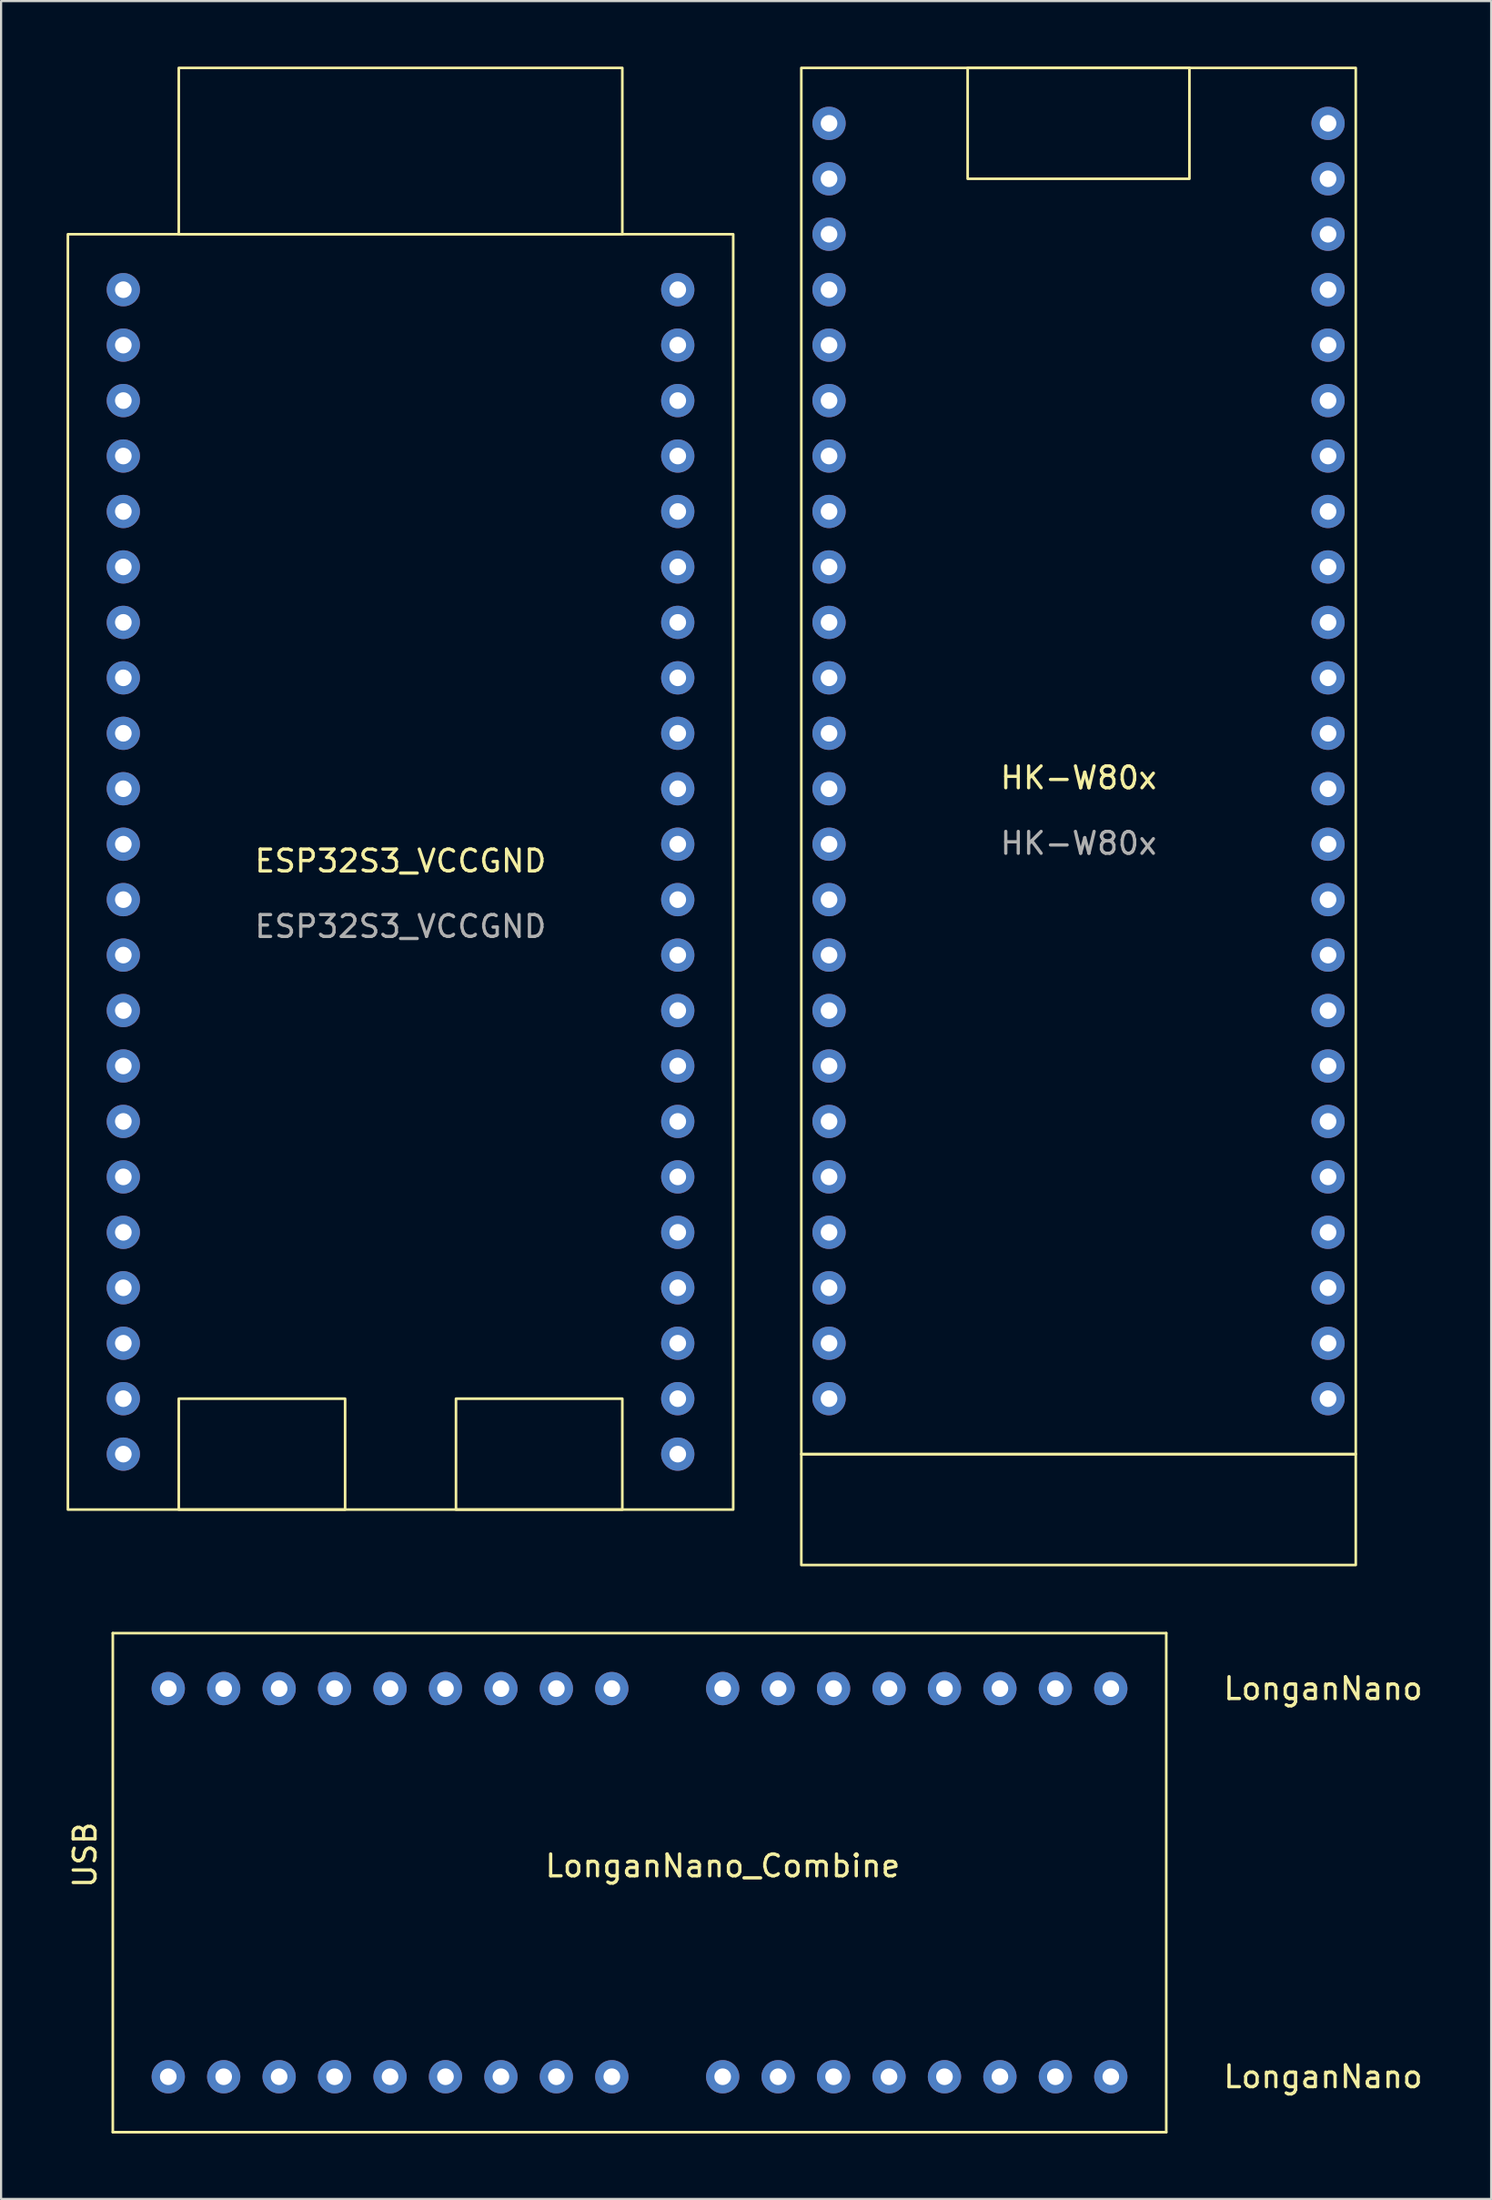
<source format=kicad_pcb>
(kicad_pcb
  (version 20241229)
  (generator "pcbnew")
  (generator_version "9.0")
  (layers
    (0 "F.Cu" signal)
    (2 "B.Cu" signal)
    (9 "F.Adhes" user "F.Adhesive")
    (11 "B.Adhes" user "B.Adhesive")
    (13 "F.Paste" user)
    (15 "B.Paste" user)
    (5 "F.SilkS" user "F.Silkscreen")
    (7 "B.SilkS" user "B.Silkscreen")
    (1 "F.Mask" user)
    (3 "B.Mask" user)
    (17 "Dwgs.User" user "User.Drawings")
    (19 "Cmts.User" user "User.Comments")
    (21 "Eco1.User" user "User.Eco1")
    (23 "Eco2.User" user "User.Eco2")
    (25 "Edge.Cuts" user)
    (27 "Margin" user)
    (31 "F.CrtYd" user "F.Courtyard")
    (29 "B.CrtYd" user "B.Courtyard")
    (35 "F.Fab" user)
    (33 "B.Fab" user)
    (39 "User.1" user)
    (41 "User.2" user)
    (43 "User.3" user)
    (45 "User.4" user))
  (footprint "LonganNano_Combine"
    (layer "F.Cu")
    (at 30.058 81.92)
    (property "Reference" "LonganNano_Combine" (at 0 0.5 0) (layer "F.SilkS") (effects (font (size 1 1) (thickness 0.15))))
    (attr through_hole)
    (fp_line (start -27.94 -10.16) (end 20.32 -10.16) (stroke (width 0.12) (type solid)) (layer "F.SilkS"))
    (fp_line (start -27.94 12.7) (end -27.94 -10.16) (stroke (width 0.12) (type solid)) (layer "F.SilkS"))
    (fp_line (start 20.32 -10.16) (end 20.32 12.7) (stroke (width 0.12) (type solid)) (layer "F.SilkS"))
    (fp_line (start 20.32 12.7) (end -27.94 12.7) (stroke (width 0.12) (type solid)) (layer "F.SilkS"))
    (fp_text user "LonganNano" (at 22.86 -7.62 0) (layer "F.SilkS") (effects (font (size 1 1) (thickness 0.15)) (justify left)))
    (fp_text user "USB" (at -29.21 0 90) (layer "F.SilkS") (effects (font (size 1 1) (thickness 0.15))))
    (fp_text user "LonganNano" (at 22.86 10.16 0) (layer "F.SilkS") (effects (font (size 1 1) (thickness 0.15)) (justify left)))
    (pad "1" thru_hole circle (at -25.4 -7.62) (size 1.524 1.524) (drill 0.762) (layers "*.Cu" "*.Mask"))
    (pad "2" thru_hole circle (at -22.86 -7.62) (size 1.524 1.524) (drill 0.762) (layers "*.Cu" "*.Mask"))
    (pad "3" thru_hole circle (at -20.32 -7.62) (size 1.524 1.524) (drill 0.762) (layers "*.Cu" "*.Mask"))
    (pad "4" thru_hole circle (at -17.78 -7.62) (size 1.524 1.524) (drill 0.762) (layers "*.Cu" "*.Mask"))
    (pad "5" thru_hole circle (at -15.24 -7.62) (size 1.524 1.524) (drill 0.762) (layers "*.Cu" "*.Mask"))
    (pad "6" thru_hole circle (at -12.7 -7.62) (size 1.524 1.524) (drill 0.762) (layers "*.Cu" "*.Mask"))
    (pad "7" thru_hole circle (at -10.16 -7.62) (size 1.524 1.524) (drill 0.762) (layers "*.Cu" "*.Mask"))
    (pad "8" thru_hole circle (at -7.62 -7.62) (size 1.524 1.524) (drill 0.762) (layers "*.Cu" "*.Mask"))
    (pad "9" thru_hole circle (at -5.08 -7.62) (size 1.524 1.524) (drill 0.762) (layers "*.Cu" "*.Mask"))
    (pad "10" thru_hole circle (at 0 -7.62) (size 1.524 1.524) (drill 0.762) (layers "*.Cu" "*.Mask"))
    (pad "11" thru_hole circle (at 2.54 -7.62) (size 1.524 1.524) (drill 0.762) (layers "*.Cu" "*.Mask"))
    (pad "12" thru_hole circle (at 5.08 -7.62) (size 1.524 1.524) (drill 0.762) (layers "*.Cu" "*.Mask"))
    (pad "13" thru_hole circle (at 7.62 -7.62) (size 1.524 1.524) (drill 0.762) (layers "*.Cu" "*.Mask"))
    (pad "14" thru_hole circle (at 10.16 -7.62) (size 1.524 1.524) (drill 0.762) (layers "*.Cu" "*.Mask"))
    (pad "15" thru_hole circle (at 12.7 -7.62) (size 1.524 1.524) (drill 0.762) (layers "*.Cu" "*.Mask"))
    (pad "16" thru_hole circle (at 15.24 -7.62) (size 1.524 1.524) (drill 0.762) (layers "*.Cu" "*.Mask"))
    (pad "17" thru_hole circle (at 17.78 -7.62) (size 1.524 1.524) (drill 0.762) (layers "*.Cu" "*.Mask"))
    (pad "18" thru_hole circle (at 17.78 10.16) (size 1.524 1.524) (drill 0.762) (layers "*.Cu" "*.Mask"))
    (pad "19" thru_hole circle (at 15.24 10.16) (size 1.524 1.524) (drill 0.762) (layers "*.Cu" "*.Mask"))
    (pad "20" thru_hole circle (at 12.7 10.16) (size 1.524 1.524) (drill 0.762) (layers "*.Cu" "*.Mask"))
    (pad "21" thru_hole circle (at 10.16 10.16) (size 1.524 1.524) (drill 0.762) (layers "*.Cu" "*.Mask"))
    (pad "22" thru_hole circle (at 7.62 10.16) (size 1.524 1.524) (drill 0.762) (layers "*.Cu" "*.Mask"))
    (pad "23" thru_hole circle (at 5.08 10.16) (size 1.524 1.524) (drill 0.762) (layers "*.Cu" "*.Mask"))
    (pad "24" thru_hole circle (at 2.54 10.16) (size 1.524 1.524) (drill 0.762) (layers "*.Cu" "*.Mask"))
    (pad "25" thru_hole circle (at 0 10.16) (size 1.524 1.524) (drill 0.762) (layers "*.Cu" "*.Mask"))
    (pad "26" thru_hole circle (at -5.08 10.16) (size 1.524 1.524) (drill 0.762) (layers "*.Cu" "*.Mask"))
    (pad "27" thru_hole circle (at -7.62 10.16) (size 1.524 1.524) (drill 0.762) (layers "*.Cu" "*.Mask"))
    (pad "28" thru_hole circle (at -10.16 10.16) (size 1.524 1.524) (drill 0.762) (layers "*.Cu" "*.Mask"))
    (pad "29" thru_hole circle (at -12.7 10.16) (size 1.524 1.524) (drill 0.762) (layers "*.Cu" "*.Mask"))
    (pad "30" thru_hole circle (at -15.24 10.16) (size 1.524 1.524) (drill 0.762) (layers "*.Cu" "*.Mask"))
    (pad "31" thru_hole circle (at -17.78 10.16) (size 1.524 1.524) (drill 0.762) (layers "*.Cu" "*.Mask"))
    (pad "32" thru_hole circle (at -20.32 10.16) (size 1.524 1.524) (drill 0.762) (layers "*.Cu" "*.Mask"))
    (pad "33" thru_hole circle (at -22.86 10.16) (size 1.524 1.524) (drill 0.762) (layers "*.Cu" "*.Mask"))
    (pad "34" thru_hole circle (at -25.4 10.16) (size 1.524 1.524) (drill 0.762) (layers "*.Cu" "*.Mask")))
  (footprint "HK-W80x"
    (layer "F.Cu")
    (at 46.36 33.08)
    (property "Reference" "HK-W80x" (at 0 -0.5 0) (unlocked yes) (layer "F.SilkS") (effects (font (size 1 1) (thickness 0.15))))
    (attr through_hole)
    (fp_rect (start -12.7 -33.02) (end 12.7 30.48) (stroke (width 0.12) (type solid)) (fill no) (layer "F.SilkS"))
    (fp_rect (start -12.7 30.48) (end 12.7 35.56) (stroke (width 0.12) (type solid)) (fill no) (layer "F.SilkS"))
    (fp_rect (start 5.08 -33.02) (end -5.08 -27.94) (stroke (width 0.12) (type solid)) (fill no) (layer "F.SilkS"))
    (fp_text user "${REFERENCE}" (at 0 2.5 0) (unlocked yes) (layer "F.Fab") (effects (font (size 1 1) (thickness 0.15))))
    (pad "1" thru_hole circle (at -11.43 -30.48) (size 1.524 1.524) (drill 0.762) (layers "*.Cu" "*.Mask"))
    (pad "2" thru_hole circle (at -11.43 -27.94) (size 1.524 1.524) (drill 0.762) (layers "*.Cu" "*.Mask"))
    (pad "3" thru_hole circle (at -11.43 -25.4) (size 1.524 1.524) (drill 0.762) (layers "*.Cu" "*.Mask"))
    (pad "4" thru_hole circle (at -11.43 -22.86) (size 1.524 1.524) (drill 0.762) (layers "*.Cu" "*.Mask"))
    (pad "5" thru_hole circle (at -11.43 -20.32) (size 1.524 1.524) (drill 0.762) (layers "*.Cu" "*.Mask"))
    (pad "6" thru_hole circle (at -11.43 -17.78) (size 1.524 1.524) (drill 0.762) (layers "*.Cu" "*.Mask"))
    (pad "7" thru_hole circle (at -11.43 -15.24) (size 1.524 1.524) (drill 0.762) (layers "*.Cu" "*.Mask"))
    (pad "8" thru_hole circle (at -11.43 -12.7) (size 1.524 1.524) (drill 0.762) (layers "*.Cu" "*.Mask"))
    (pad "9" thru_hole circle (at -11.43 -10.16) (size 1.524 1.524) (drill 0.762) (layers "*.Cu" "*.Mask"))
    (pad "10" thru_hole circle (at -11.43 -7.62) (size 1.524 1.524) (drill 0.762) (layers "*.Cu" "*.Mask"))
    (pad "11" thru_hole circle (at -11.43 -5.08) (size 1.524 1.524) (drill 0.762) (layers "*.Cu" "*.Mask"))
    (pad "12" thru_hole circle (at -11.43 -2.54) (size 1.524 1.524) (drill 0.762) (layers "*.Cu" "*.Mask"))
    (pad "13" thru_hole circle (at -11.43 0) (size 1.524 1.524) (drill 0.762) (layers "*.Cu" "*.Mask"))
    (pad "14" thru_hole circle (at -11.43 2.54) (size 1.524 1.524) (drill 0.762) (layers "*.Cu" "*.Mask"))
    (pad "15" thru_hole circle (at -11.43 5.08) (size 1.524 1.524) (drill 0.762) (layers "*.Cu" "*.Mask"))
    (pad "16" thru_hole circle (at -11.43 7.62) (size 1.524 1.524) (drill 0.762) (layers "*.Cu" "*.Mask"))
    (pad "17" thru_hole circle (at -11.43 10.16) (size 1.524 1.524) (drill 0.762) (layers "*.Cu" "*.Mask"))
    (pad "18" thru_hole circle (at -11.43 12.7) (size 1.524 1.524) (drill 0.762) (layers "*.Cu" "*.Mask"))
    (pad "19" thru_hole circle (at -11.43 15.24) (size 1.524 1.524) (drill 0.762) (layers "*.Cu" "*.Mask"))
    (pad "20" thru_hole circle (at -11.43 17.78) (size 1.524 1.524) (drill 0.762) (layers "*.Cu" "*.Mask"))
    (pad "21" thru_hole circle (at -11.43 20.32) (size 1.524 1.524) (drill 0.762) (layers "*.Cu" "*.Mask"))
    (pad "22" thru_hole circle (at -11.43 22.86) (size 1.524 1.524) (drill 0.762) (layers "*.Cu" "*.Mask"))
    (pad "23" thru_hole circle (at -11.43 25.4) (size 1.524 1.524) (drill 0.762) (layers "*.Cu" "*.Mask"))
    (pad "24" thru_hole circle (at -11.43 27.94) (size 1.524 1.524) (drill 0.762) (layers "*.Cu" "*.Mask"))
    (pad "25" thru_hole circle (at 11.43 27.94) (size 1.524 1.524) (drill 0.762) (layers "*.Cu" "*.Mask"))
    (pad "26" thru_hole circle (at 11.43 25.4) (size 1.524 1.524) (drill 0.762) (layers "*.Cu" "*.Mask"))
    (pad "27" thru_hole circle (at 11.43 22.86) (size 1.524 1.524) (drill 0.762) (layers "*.Cu" "*.Mask"))
    (pad "28" thru_hole circle (at 11.43 20.32) (size 1.524 1.524) (drill 0.762) (layers "*.Cu" "*.Mask"))
    (pad "29" thru_hole circle (at 11.43 17.78) (size 1.524 1.524) (drill 0.762) (layers "*.Cu" "*.Mask"))
    (pad "30" thru_hole circle (at 11.43 15.24) (size 1.524 1.524) (drill 0.762) (layers "*.Cu" "*.Mask"))
    (pad "31" thru_hole circle (at 11.43 12.7) (size 1.524 1.524) (drill 0.762) (layers "*.Cu" "*.Mask"))
    (pad "32" thru_hole circle (at 11.43 10.16) (size 1.524 1.524) (drill 0.762) (layers "*.Cu" "*.Mask"))
    (pad "33" thru_hole circle (at 11.43 7.62) (size 1.524 1.524) (drill 0.762) (layers "*.Cu" "*.Mask"))
    (pad "34" thru_hole circle (at 11.43 5.08) (size 1.524 1.524) (drill 0.762) (layers "*.Cu" "*.Mask"))
    (pad "35" thru_hole circle (at 11.43 2.54) (size 1.524 1.524) (drill 0.762) (layers "*.Cu" "*.Mask"))
    (pad "36" thru_hole circle (at 11.43 0) (size 1.524 1.524) (drill 0.762) (layers "*.Cu" "*.Mask"))
    (pad "37" thru_hole circle (at 11.43 -2.54) (size 1.524 1.524) (drill 0.762) (layers "*.Cu" "*.Mask"))
    (pad "38" thru_hole circle (at 11.43 -5.08) (size 1.524 1.524) (drill 0.762) (layers "*.Cu" "*.Mask"))
    (pad "39" thru_hole circle (at 11.43 -7.62) (size 1.524 1.524) (drill 0.762) (layers "*.Cu" "*.Mask"))
    (pad "40" thru_hole circle (at 11.43 -10.16) (size 1.524 1.524) (drill 0.762) (layers "*.Cu" "*.Mask"))
    (pad "41" thru_hole circle (at 11.43 -12.7) (size 1.524 1.524) (drill 0.762) (layers "*.Cu" "*.Mask"))
    (pad "42" thru_hole circle (at 11.43 -15.24) (size 1.524 1.524) (drill 0.762) (layers "*.Cu" "*.Mask"))
    (pad "43" thru_hole circle (at 11.43 -17.78) (size 1.524 1.524) (drill 0.762) (layers "*.Cu" "*.Mask"))
    (pad "44" thru_hole circle (at 11.43 -20.32) (size 1.524 1.524) (drill 0.762) (layers "*.Cu" "*.Mask"))
    (pad "45" thru_hole circle (at 11.43 -22.86) (size 1.524 1.524) (drill 0.762) (layers "*.Cu" "*.Mask"))
    (pad "46" thru_hole circle (at 11.43 -25.4) (size 1.524 1.524) (drill 0.762) (layers "*.Cu" "*.Mask"))
    (pad "47" thru_hole circle (at 11.43 -27.94) (size 1.524 1.524) (drill 0.762) (layers "*.Cu" "*.Mask"))
    (pad "48" thru_hole circle (at 11.43 -30.48) (size 1.524 1.524) (drill 0.762) (layers "*.Cu" "*.Mask")))
  (footprint "ESP32S3_VCCGND"
    (layer "F.Cu")
    (at 15.3 36.89)
    (property "Reference" "ESP32S3_VCCGND" (at 0 -0.5 0) (unlocked yes) (layer "F.SilkS") (effects (font (size 1 1) (thickness 0.15))))
    (attr through_hole)
    (fp_rect (start -15.24 -29.21) (end 15.24 29.21) (stroke (width 0.12) (type solid)) (fill no) (layer "F.SilkS"))
    (fp_rect (start -10.16 -29.21) (end 10.16 -36.83) (stroke (width 0.12) (type solid)) (fill no) (layer "F.SilkS"))
    (fp_rect (start -10.16 29.21) (end -2.54 24.13) (stroke (width 0.12) (type solid)) (fill no) (layer "F.SilkS"))
    (fp_rect (start 2.54 29.21) (end 10.16 24.13) (stroke (width 0.12) (type solid)) (fill no) (layer "F.SilkS"))
    (fp_text user "${REFERENCE}" (at 0 2.5 0) (unlocked yes) (layer "F.Fab") (effects (font (size 1 1) (thickness 0.15))))
    (pad "1" thru_hole circle (at -12.7 -26.67) (size 1.524 1.524) (drill 0.762) (layers "*.Cu" "*.Mask"))
    (pad "2" thru_hole circle (at -12.7 -24.13) (size 1.524 1.524) (drill 0.762) (layers "*.Cu" "*.Mask"))
    (pad "3" thru_hole circle (at -12.7 -21.59) (size 1.524 1.524) (drill 0.762) (layers "*.Cu" "*.Mask"))
    (pad "4" thru_hole circle (at -12.7 -19.05) (size 1.524 1.524) (drill 0.762) (layers "*.Cu" "*.Mask"))
    (pad "5" thru_hole circle (at -12.7 -16.51) (size 1.524 1.524) (drill 0.762) (layers "*.Cu" "*.Mask"))
    (pad "6" thru_hole circle (at -12.7 -13.97) (size 1.524 1.524) (drill 0.762) (layers "*.Cu" "*.Mask"))
    (pad "7" thru_hole circle (at -12.7 -11.43) (size 1.524 1.524) (drill 0.762) (layers "*.Cu" "*.Mask"))
    (pad "8" thru_hole circle (at -12.7 -8.89) (size 1.524 1.524) (drill 0.762) (layers "*.Cu" "*.Mask"))
    (pad "9" thru_hole circle (at -12.7 -6.35) (size 1.524 1.524) (drill 0.762) (layers "*.Cu" "*.Mask"))
    (pad "10" thru_hole circle (at -12.7 -3.81) (size 1.524 1.524) (drill 0.762) (layers "*.Cu" "*.Mask"))
    (pad "11" thru_hole circle (at -12.7 -1.27) (size 1.524 1.524) (drill 0.762) (layers "*.Cu" "*.Mask"))
    (pad "12" thru_hole circle (at -12.7 1.27) (size 1.524 1.524) (drill 0.762) (layers "*.Cu" "*.Mask"))
    (pad "13" thru_hole circle (at -12.7 3.81) (size 1.524 1.524) (drill 0.762) (layers "*.Cu" "*.Mask"))
    (pad "14" thru_hole circle (at -12.7 6.35) (size 1.524 1.524) (drill 0.762) (layers "*.Cu" "*.Mask"))
    (pad "15" thru_hole circle (at -12.7 8.89) (size 1.524 1.524) (drill 0.762) (layers "*.Cu" "*.Mask"))
    (pad "16" thru_hole circle (at -12.7 11.43) (size 1.524 1.524) (drill 0.762) (layers "*.Cu" "*.Mask"))
    (pad "17" thru_hole circle (at -12.7 13.97) (size 1.524 1.524) (drill 0.762) (layers "*.Cu" "*.Mask"))
    (pad "18" thru_hole circle (at -12.7 16.51) (size 1.524 1.524) (drill 0.762) (layers "*.Cu" "*.Mask"))
    (pad "19" thru_hole circle (at -12.7 19.05) (size 1.524 1.524) (drill 0.762) (layers "*.Cu" "*.Mask"))
    (pad "20" thru_hole circle (at -12.7 21.59) (size 1.524 1.524) (drill 0.762) (layers "*.Cu" "*.Mask"))
    (pad "21" thru_hole circle (at -12.7 24.13) (size 1.524 1.524) (drill 0.762) (layers "*.Cu" "*.Mask"))
    (pad "22" thru_hole circle (at -12.7 26.67) (size 1.524 1.524) (drill 0.762) (layers "*.Cu" "*.Mask"))
    (pad "23" thru_hole circle (at 12.7 26.67) (size 1.524 1.524) (drill 0.762) (layers "*.Cu" "*.Mask"))
    (pad "24" thru_hole circle (at 12.7 24.13) (size 1.524 1.524) (drill 0.762) (layers "*.Cu" "*.Mask"))
    (pad "25" thru_hole circle (at 12.7 21.59) (size 1.524 1.524) (drill 0.762) (layers "*.Cu" "*.Mask"))
    (pad "26" thru_hole circle (at 12.7 19.05) (size 1.524 1.524) (drill 0.762) (layers "*.Cu" "*.Mask"))
    (pad "27" thru_hole circle (at 12.7 16.51) (size 1.524 1.524) (drill 0.762) (layers "*.Cu" "*.Mask"))
    (pad "28" thru_hole circle (at 12.7 13.97) (size 1.524 1.524) (drill 0.762) (layers "*.Cu" "*.Mask"))
    (pad "29" thru_hole circle (at 12.7 11.43) (size 1.524 1.524) (drill 0.762) (layers "*.Cu" "*.Mask"))
    (pad "30" thru_hole circle (at 12.7 8.89) (size 1.524 1.524) (drill 0.762) (layers "*.Cu" "*.Mask"))
    (pad "31" thru_hole circle (at 12.7 6.35) (size 1.524 1.524) (drill 0.762) (layers "*.Cu" "*.Mask"))
    (pad "32" thru_hole circle (at 12.7 3.81) (size 1.524 1.524) (drill 0.762) (layers "*.Cu" "*.Mask"))
    (pad "33" thru_hole circle (at 12.7 1.27) (size 1.524 1.524) (drill 0.762) (layers "*.Cu" "*.Mask"))
    (pad "34" thru_hole circle (at 12.7 -1.27) (size 1.524 1.524) (drill 0.762) (layers "*.Cu" "*.Mask"))
    (pad "35" thru_hole circle (at 12.7 -3.81) (size 1.524 1.524) (drill 0.762) (layers "*.Cu" "*.Mask"))
    (pad "36" thru_hole circle (at 12.7 -6.35) (size 1.524 1.524) (drill 0.762) (layers "*.Cu" "*.Mask"))
    (pad "37" thru_hole circle (at 12.7 -8.89) (size 1.524 1.524) (drill 0.762) (layers "*.Cu" "*.Mask"))
    (pad "38" thru_hole circle (at 12.7 -11.43) (size 1.524 1.524) (drill 0.762) (layers "*.Cu" "*.Mask"))
    (pad "39" thru_hole circle (at 12.7 -13.97) (size 1.524 1.524) (drill 0.762) (layers "*.Cu" "*.Mask"))
    (pad "40" thru_hole circle (at 12.7 -16.51) (size 1.524 1.524) (drill 0.762) (layers "*.Cu" "*.Mask"))
    (pad "41" thru_hole circle (at 12.7 -19.05) (size 1.524 1.524) (drill 0.762) (layers "*.Cu" "*.Mask"))
    (pad "42" thru_hole circle (at 12.7 -21.59) (size 1.524 1.524) (drill 0.762) (layers "*.Cu" "*.Mask"))
    (pad "43" thru_hole circle (at 12.7 -24.13) (size 1.524 1.524) (drill 0.762) (layers "*.Cu" "*.Mask"))
    (pad "44" thru_hole circle (at 12.7 -26.67) (size 1.524 1.524) (drill 0.762) (layers "*.Cu" "*.Mask")))
  (gr_rect
    (start -3 -3)
    (end 65.263 97.68)
    (stroke (width 0.1) (type default))
    (fill no)
    (layer "Edge.Cuts")))
</source>
